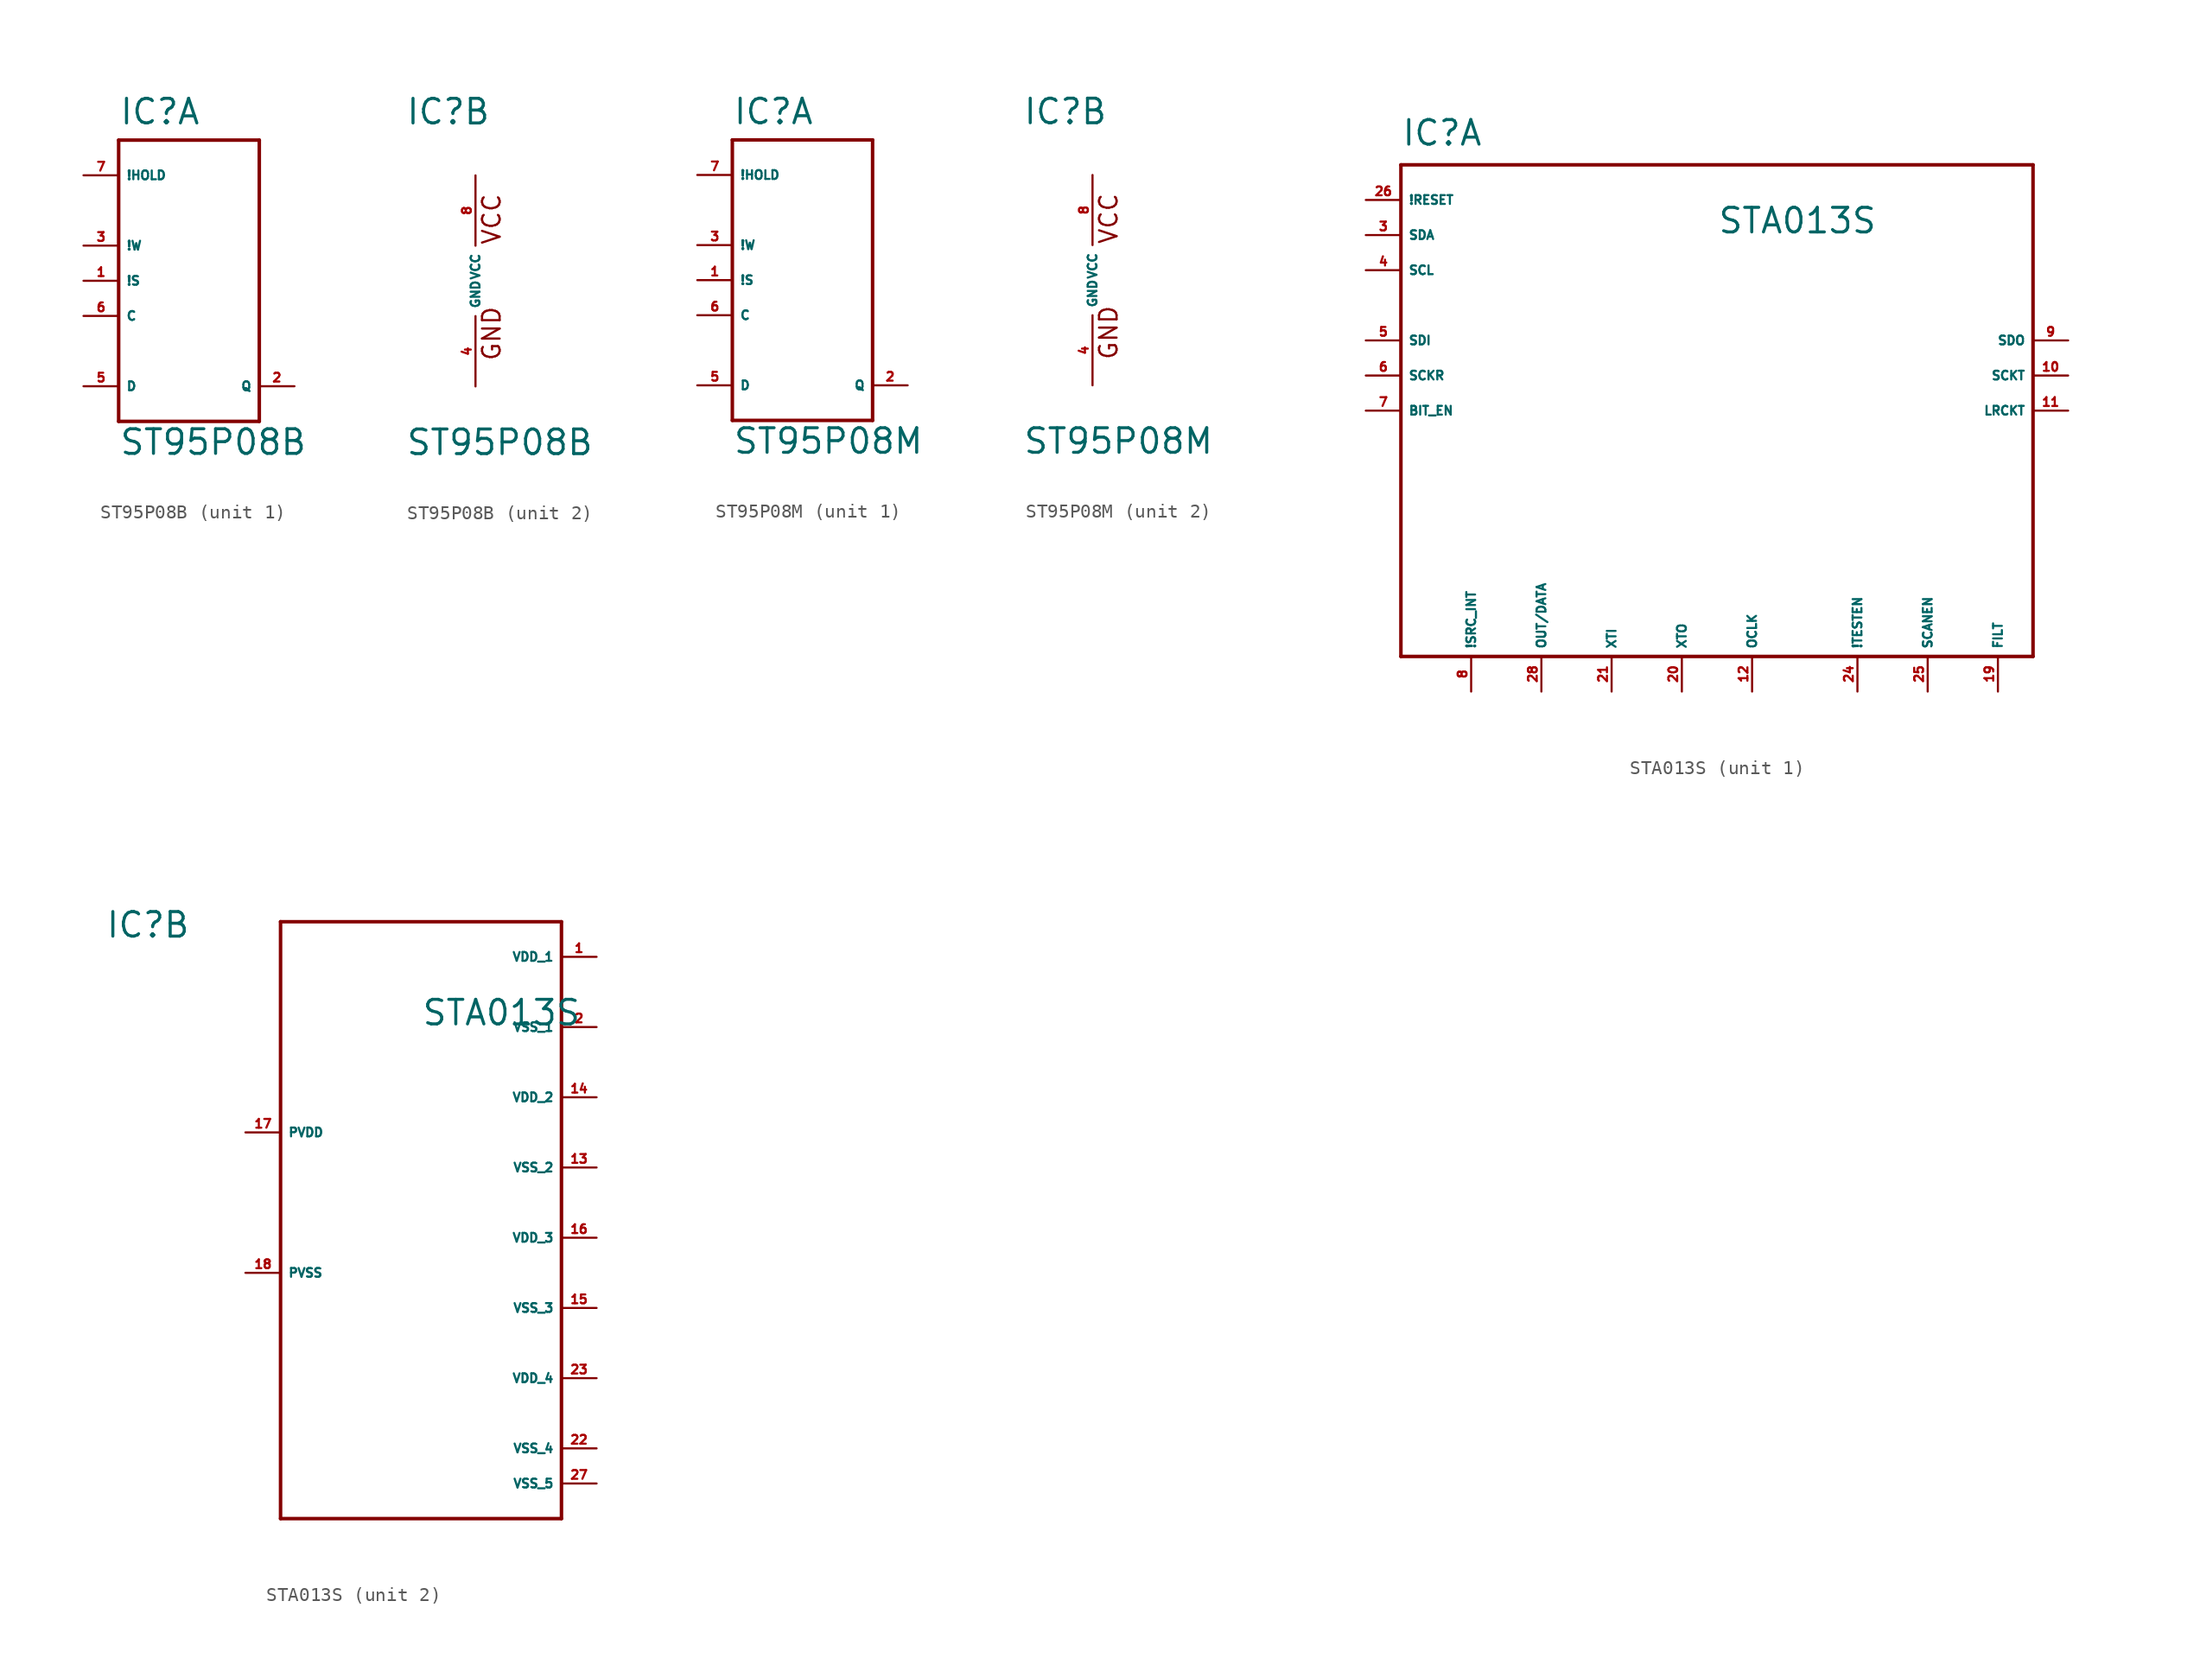
<source format=kicad_sym>
(kicad_symbol_lib
  (version 20220914)
  (generator Eagle2Kicad)
  (symbol "ST95P08B"
    (property "Reference" "IC"
      (at -5.08 11.176 0)
      (effects (font (size 1.778 1.778) (thickness 0.22)) (justify left bottom)))
    (property "Value" "ST95P08B"
      (at -5.08 -12.7 0)
      (effects (font (size 1.778 1.778) (thickness 0.22)) (justify left bottom)))
    (symbol "ST95P08B_1_0"
      (polyline (pts (xy -5.08 10.16) (xy -5.08 -10.16)) (stroke (width 0.254) (type default)) (fill (type none)))
      (polyline (pts (xy -5.08 -10.16) (xy 5.08 -10.16)) (stroke (width 0.254) (type default)) (fill (type none)))
      (polyline (pts (xy 5.08 -10.16) (xy 5.08 10.16)) (stroke (width 0.254) (type default)) (fill (type none)))
      (polyline (pts (xy 5.08 10.16) (xy -5.08 10.16)) (stroke (width 0.254) (type default)) (fill (type none)))
      (pin input line (at -7.62 7.62 0) (length 2.54) (name "!HOLD" (effects (font (size 0.635 0.635) (thickness 0.08)) (justify left bottom))) (number "7" (effects (font (size 0.635 0.635) (thickness 0.08)) (justify left bottom))))
      (pin input line (at -7.62 2.54 0) (length 2.54) (name "!W" (effects (font (size 0.635 0.635) (thickness 0.08)) (justify left bottom))) (number "3" (effects (font (size 0.635 0.635) (thickness 0.08)) (justify left bottom))))
      (pin input line (at -7.62 0 0) (length 2.54) (name "!S" (effects (font (size 0.635 0.635) (thickness 0.08)) (justify left bottom))) (number "1" (effects (font (size 0.635 0.635) (thickness 0.08)) (justify left bottom))))
      (pin input line (at -7.62 -2.54 0) (length 2.54) (name "C" (effects (font (size 0.635 0.635) (thickness 0.08)) (justify left bottom))) (number "6" (effects (font (size 0.635 0.635) (thickness 0.08)) (justify left bottom))))
      (pin input line (at -7.62 -7.62 0) (length 2.54) (name "D" (effects (font (size 0.635 0.635) (thickness 0.08)) (justify left bottom))) (number "5" (effects (font (size 0.635 0.635) (thickness 0.08)) (justify left bottom))))
      (pin tri_state line (at 7.62 -7.62 180) (length 2.54) (name "Q" (effects (font (size 0.635 0.635) (thickness 0.08)) (justify left bottom))) (number "2" (effects (font (size 0.635 0.635) (thickness 0.08)) (justify left bottom)))))
    (symbol "ST95P08B_2_0"
      (text "GND" (at 1.905 -5.842 900) (effects (font (size 1.27 1.27) (thickness 0.16)) (justify left bottom)))
      (text "VCC" (at 1.905 2.54 900) (effects (font (size 1.27 1.27) (thickness 0.16)) (justify left bottom)))
      (pin unspecified line (at 0 -7.62 90) (length 5.08) (name "GND" (effects (font (size 0.635 0.635) (thickness 0.08)) (justify left bottom))) (number "4" (effects (font (size 0.635 0.635) (thickness 0.08)) (justify left bottom))))
      (pin unspecified line (at 0 7.62 270) (length 5.08) (name "VCC" (effects (font (size 0.635 0.635) (thickness 0.08)) (justify left bottom))) (number "8" (effects (font (size 0.635 0.635) (thickness 0.08)) (justify left bottom))))))
  (symbol "ST95P08M"
    (property "Reference" "IC"
      (at -5.08 11.176 0)
      (effects (font (size 1.778 1.778) (thickness 0.22)) (justify left bottom)))
    (property "Value" "ST95P08M"
      (at -5.08 -12.7 0)
      (effects (font (size 1.778 1.778) (thickness 0.22)) (justify left bottom)))
    (symbol "ST95P08M_1_0"
      (polyline (pts (xy -5.08 10.16) (xy -5.08 -10.16)) (stroke (width 0.254) (type default)) (fill (type none)))
      (polyline (pts (xy -5.08 -10.16) (xy 5.08 -10.16)) (stroke (width 0.254) (type default)) (fill (type none)))
      (polyline (pts (xy 5.08 -10.16) (xy 5.08 10.16)) (stroke (width 0.254) (type default)) (fill (type none)))
      (polyline (pts (xy 5.08 10.16) (xy -5.08 10.16)) (stroke (width 0.254) (type default)) (fill (type none)))
      (pin input line (at -7.62 7.62 0) (length 2.54) (name "!HOLD" (effects (font (size 0.635 0.635) (thickness 0.08)) (justify left bottom))) (number "7" (effects (font (size 0.635 0.635) (thickness 0.08)) (justify left bottom))))
      (pin input line (at -7.62 2.54 0) (length 2.54) (name "!W" (effects (font (size 0.635 0.635) (thickness 0.08)) (justify left bottom))) (number "3" (effects (font (size 0.635 0.635) (thickness 0.08)) (justify left bottom))))
      (pin input line (at -7.62 0 0) (length 2.54) (name "!S" (effects (font (size 0.635 0.635) (thickness 0.08)) (justify left bottom))) (number "1" (effects (font (size 0.635 0.635) (thickness 0.08)) (justify left bottom))))
      (pin input line (at -7.62 -2.54 0) (length 2.54) (name "C" (effects (font (size 0.635 0.635) (thickness 0.08)) (justify left bottom))) (number "6" (effects (font (size 0.635 0.635) (thickness 0.08)) (justify left bottom))))
      (pin input line (at -7.62 -7.62 0) (length 2.54) (name "D" (effects (font (size 0.635 0.635) (thickness 0.08)) (justify left bottom))) (number "5" (effects (font (size 0.635 0.635) (thickness 0.08)) (justify left bottom))))
      (pin tri_state line (at 7.62 -7.62 180) (length 2.54) (name "Q" (effects (font (size 0.635 0.635) (thickness 0.08)) (justify left bottom))) (number "2" (effects (font (size 0.635 0.635) (thickness 0.08)) (justify left bottom)))))
    (symbol "ST95P08M_2_0"
      (text "GND" (at 1.905 -5.842 900) (effects (font (size 1.27 1.27) (thickness 0.16)) (justify left bottom)))
      (text "VCC" (at 1.905 2.54 900) (effects (font (size 1.27 1.27) (thickness 0.16)) (justify left bottom)))
      (pin unspecified line (at 0 -7.62 90) (length 5.08) (name "GND" (effects (font (size 0.635 0.635) (thickness 0.08)) (justify left bottom))) (number "4" (effects (font (size 0.635 0.635) (thickness 0.08)) (justify left bottom))))
      (pin unspecified line (at 0 7.62 270) (length 5.08) (name "VCC" (effects (font (size 0.635 0.635) (thickness 0.08)) (justify left bottom))) (number "8" (effects (font (size 0.635 0.635) (thickness 0.08)) (justify left bottom))))))
  (symbol "STA013S"
    (property "Reference" "IC"
      (at -22.86 19.05 0)
      (effects (font (size 1.778 1.778) (thickness 0.22)) (justify left bottom)))
    (property "Value" "STA013S"
      (at 0 12.7 0)
      (effects (font (size 1.778 1.778) (thickness 0.22)) (justify left bottom)))
    (symbol "STA013S_1_0"
      (polyline (pts (xy -22.86 17.78) (xy 22.86 17.78)) (stroke (width 0.254) (type default)) (fill (type none)))
      (polyline (pts (xy 22.86 17.78) (xy 22.86 -17.78)) (stroke (width 0.254) (type default)) (fill (type none)))
      (polyline (pts (xy 22.86 -17.78) (xy -22.86 -17.78)) (stroke (width 0.254) (type default)) (fill (type none)))
      (polyline (pts (xy -22.86 -17.78) (xy -22.86 17.78)) (stroke (width 0.254) (type default)) (fill (type none)))
      (pin input line (at -25.4 15.24 0) (length 2.54) (name "!RESET" (effects (font (size 0.635 0.635) (thickness 0.08)) (justify left bottom))) (number "26" (effects (font (size 0.635 0.635) (thickness 0.08)) (justify left bottom))))
      (pin bidirectional line (at -25.4 12.7 0) (length 2.54) (name "SDA" (effects (font (size 0.635 0.635) (thickness 0.08)) (justify left bottom))) (number "3" (effects (font (size 0.635 0.635) (thickness 0.08)) (justify left bottom))))
      (pin input line (at -25.4 10.16 0) (length 2.54) (name "SCL" (effects (font (size 0.635 0.635) (thickness 0.08)) (justify left bottom))) (number "4" (effects (font (size 0.635 0.635) (thickness 0.08)) (justify left bottom))))
      (pin input line (at -25.4 5.08 0) (length 2.54) (name "SDI" (effects (font (size 0.635 0.635) (thickness 0.08)) (justify left bottom))) (number "5" (effects (font (size 0.635 0.635) (thickness 0.08)) (justify left bottom))))
      (pin input line (at -25.4 2.54 0) (length 2.54) (name "SCKR" (effects (font (size 0.635 0.635) (thickness 0.08)) (justify left bottom))) (number "6" (effects (font (size 0.635 0.635) (thickness 0.08)) (justify left bottom))))
      (pin input line (at -25.4 0 0) (length 2.54) (name "BIT_EN" (effects (font (size 0.635 0.635) (thickness 0.08)) (justify left bottom))) (number "7" (effects (font (size 0.635 0.635) (thickness 0.08)) (justify left bottom))))
      (pin input line (at -17.78 -20.32 90) (length 2.54) (name "!SRC_INT" (effects (font (size 0.635 0.635) (thickness 0.08)) (justify left bottom))) (number "8" (effects (font (size 0.635 0.635) (thickness 0.08)) (justify left bottom))))
      (pin output line (at -12.7 -20.32 90) (length 2.54) (name "OUT/DATA" (effects (font (size 0.635 0.635) (thickness 0.08)) (justify left bottom))) (number "28" (effects (font (size 0.635 0.635) (thickness 0.08)) (justify left bottom))))
      (pin input line (at -7.62 -20.32 90) (length 2.54) (name "XTI" (effects (font (size 0.635 0.635) (thickness 0.08)) (justify left bottom))) (number "21" (effects (font (size 0.635 0.635) (thickness 0.08)) (justify left bottom))))
      (pin output line (at -2.54 -20.32 90) (length 2.54) (name "XTO" (effects (font (size 0.635 0.635) (thickness 0.08)) (justify left bottom))) (number "20" (effects (font (size 0.635 0.635) (thickness 0.08)) (justify left bottom))))
      (pin bidirectional line (at 2.54 -20.32 90) (length 2.54) (name "OCLK" (effects (font (size 0.635 0.635) (thickness 0.08)) (justify left bottom))) (number "12" (effects (font (size 0.635 0.635) (thickness 0.08)) (justify left bottom))))
      (pin input line (at 10.16 -20.32 90) (length 2.54) (name "!TESTEN" (effects (font (size 0.635 0.635) (thickness 0.08)) (justify left bottom))) (number "24" (effects (font (size 0.635 0.635) (thickness 0.08)) (justify left bottom))))
      (pin input line (at 15.24 -20.32 90) (length 2.54) (name "SCANEN" (effects (font (size 0.635 0.635) (thickness 0.08)) (justify left bottom))) (number "25" (effects (font (size 0.635 0.635) (thickness 0.08)) (justify left bottom))))
      (pin output line (at 25.4 5.08 180) (length 2.54) (name "SDO" (effects (font (size 0.635 0.635) (thickness 0.08)) (justify left bottom))) (number "9" (effects (font (size 0.635 0.635) (thickness 0.08)) (justify left bottom))))
      (pin output line (at 25.4 2.54 180) (length 2.54) (name "SCKT" (effects (font (size 0.635 0.635) (thickness 0.08)) (justify left bottom))) (number "10" (effects (font (size 0.635 0.635) (thickness 0.08)) (justify left bottom))))
      (pin output line (at 25.4 0 180) (length 2.54) (name "LRCKT" (effects (font (size 0.635 0.635) (thickness 0.08)) (justify left bottom))) (number "11" (effects (font (size 0.635 0.635) (thickness 0.08)) (justify left bottom))))
      (pin output line (at 20.32 -20.32 90) (length 2.54) (name "FILT" (effects (font (size 0.635 0.635) (thickness 0.08)) (justify left bottom))) (number "19" (effects (font (size 0.635 0.635) (thickness 0.08)) (justify left bottom)))))
    (symbol "STA013S_2_0"
      (polyline (pts (xy -10.16 20.32) (xy 10.16 20.32)) (stroke (width 0.254) (type default)) (fill (type none)))
      (polyline (pts (xy 10.16 20.32) (xy 10.16 -22.86)) (stroke (width 0.254) (type default)) (fill (type none)))
      (polyline (pts (xy 10.16 -22.86) (xy -10.16 -22.86)) (stroke (width 0.254) (type default)) (fill (type none)))
      (polyline (pts (xy -10.16 -22.86) (xy -10.16 20.32)) (stroke (width 0.254) (type default)) (fill (type none)))
      (pin unspecified line (at -12.7 5.08 0) (length 2.54) (name "PVDD" (effects (font (size 0.635 0.635) (thickness 0.08)) (justify left bottom))) (number "17" (effects (font (size 0.635 0.635) (thickness 0.08)) (justify left bottom))))
      (pin unspecified line (at -12.7 -5.08 0) (length 2.54) (name "PVSS" (effects (font (size 0.635 0.635) (thickness 0.08)) (justify left bottom))) (number "18" (effects (font (size 0.635 0.635) (thickness 0.08)) (justify left bottom))))
      (pin unspecified line (at 12.7 17.78 180) (length 2.54) (name "VDD_1" (effects (font (size 0.635 0.635) (thickness 0.08)) (justify left bottom))) (number "1" (effects (font (size 0.635 0.635) (thickness 0.08)) (justify left bottom))))
      (pin unspecified line (at 12.7 7.62 180) (length 2.54) (name "VDD_2" (effects (font (size 0.635 0.635) (thickness 0.08)) (justify left bottom))) (number "14" (effects (font (size 0.635 0.635) (thickness 0.08)) (justify left bottom))))
      (pin unspecified line (at 12.7 -2.54 180) (length 2.54) (name "VDD_3" (effects (font (size 0.635 0.635) (thickness 0.08)) (justify left bottom))) (number "16" (effects (font (size 0.635 0.635) (thickness 0.08)) (justify left bottom))))
      (pin unspecified line (at 12.7 -12.7 180) (length 2.54) (name "VDD_4" (effects (font (size 0.635 0.635) (thickness 0.08)) (justify left bottom))) (number "23" (effects (font (size 0.635 0.635) (thickness 0.08)) (justify left bottom))))
      (pin unspecified line (at 12.7 12.7 180) (length 2.54) (name "VSS_1" (effects (font (size 0.635 0.635) (thickness 0.08)) (justify left bottom))) (number "2" (effects (font (size 0.635 0.635) (thickness 0.08)) (justify left bottom))))
      (pin unspecified line (at 12.7 2.54 180) (length 2.54) (name "VSS_2" (effects (font (size 0.635 0.635) (thickness 0.08)) (justify left bottom))) (number "13" (effects (font (size 0.635 0.635) (thickness 0.08)) (justify left bottom))))
      (pin unspecified line (at 12.7 -7.62 180) (length 2.54) (name "VSS_3" (effects (font (size 0.635 0.635) (thickness 0.08)) (justify left bottom))) (number "15" (effects (font (size 0.635 0.635) (thickness 0.08)) (justify left bottom))))
      (pin unspecified line (at 12.7 -17.78 180) (length 2.54) (name "VSS_4" (effects (font (size 0.635 0.635) (thickness 0.08)) (justify left bottom))) (number "22" (effects (font (size 0.635 0.635) (thickness 0.08)) (justify left bottom))))
      (pin unspecified line (at 12.7 -20.32 180) (length 2.54) (name "VSS_5" (effects (font (size 0.635 0.635) (thickness 0.08)) (justify left bottom))) (number "27" (effects (font (size 0.635 0.635) (thickness 0.08)) (justify left bottom)))))))
</source>
